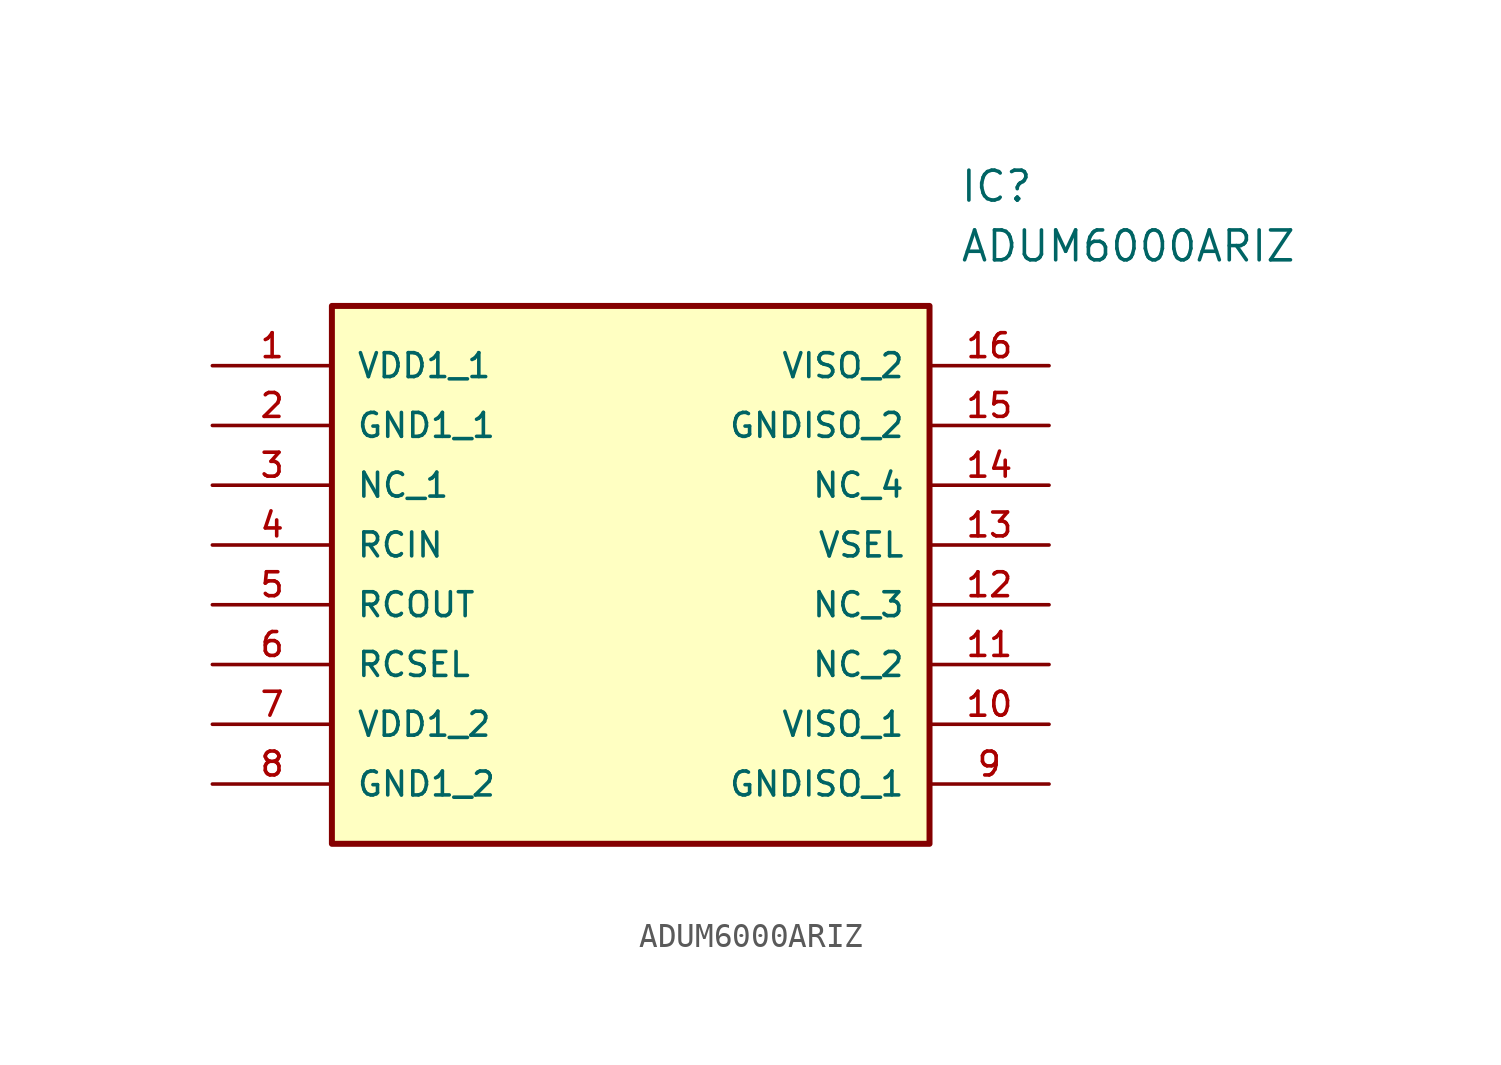
<source format=kicad_sym>
(kicad_symbol_lib
  (version 20211014)
  (generator kicad_symbol_editor)
  (symbol "ADUM6000ARIZ"
    (pin_names
      (offset 1.016))
    (property "Reference" "IC"
      (at 31.75 7.62 0)
      (effects (font (size 1.27 1.27)) (justify left)))
    (property "Value" "ADUM6000ARIZ"
      (at 31.75 5.08 0)
      (effects (font (size 1.27 1.27)) (justify left)))
    (symbol "ADUM6000ARIZ_0_0"
      (rectangle (start 5.08 -20.32) (end 30.48 2.54) (stroke (width 0.254)) (fill (type background)))
      (pin bidirectional line (at 0.0 0.0 0) (length 5.08) (name "VDD1_1" (effects (font (size 1.016 1.016)))) (number "1" (effects (font (size 1.016 1.016)))))
      (pin bidirectional line (at 0.0 -2.54 0) (length 5.08) (name "GND1_1" (effects (font (size 1.016 1.016)))) (number "2" (effects (font (size 1.016 1.016)))))
      (pin bidirectional line (at 0.0 -5.08 0) (length 5.08) (name "NC_1" (effects (font (size 1.016 1.016)))) (number "3" (effects (font (size 1.016 1.016)))))
      (pin bidirectional line (at 0.0 -7.62 0) (length 5.08) (name "RCIN" (effects (font (size 1.016 1.016)))) (number "4" (effects (font (size 1.016 1.016)))))
      (pin bidirectional line (at 0.0 -10.16 0) (length 5.08) (name "RCOUT" (effects (font (size 1.016 1.016)))) (number "5" (effects (font (size 1.016 1.016)))))
      (pin bidirectional line (at 0.0 -12.7 0) (length 5.08) (name "RCSEL" (effects (font (size 1.016 1.016)))) (number "6" (effects (font (size 1.016 1.016)))))
      (pin bidirectional line (at 0.0 -15.24 0) (length 5.08) (name "VDD1_2" (effects (font (size 1.016 1.016)))) (number "7" (effects (font (size 1.016 1.016)))))
      (pin bidirectional line (at 0.0 -17.78 0) (length 5.08) (name "GND1_2" (effects (font (size 1.016 1.016)))) (number "8" (effects (font (size 1.016 1.016)))))
      (pin bidirectional line (at 35.56 0.0 180.0) (length 5.08) (name "VISO_2" (effects (font (size 1.016 1.016)))) (number "16" (effects (font (size 1.016 1.016)))))
      (pin bidirectional line (at 35.56 -2.54 180.0) (length 5.08) (name "GNDISO_2" (effects (font (size 1.016 1.016)))) (number "15" (effects (font (size 1.016 1.016)))))
      (pin bidirectional line (at 35.56 -5.08 180.0) (length 5.08) (name "NC_4" (effects (font (size 1.016 1.016)))) (number "14" (effects (font (size 1.016 1.016)))))
      (pin bidirectional line (at 35.56 -7.62 180.0) (length 5.08) (name "VSEL" (effects (font (size 1.016 1.016)))) (number "13" (effects (font (size 1.016 1.016)))))
      (pin bidirectional line (at 35.56 -10.16 180.0) (length 5.08) (name "NC_3" (effects (font (size 1.016 1.016)))) (number "12" (effects (font (size 1.016 1.016)))))
      (pin bidirectional line (at 35.56 -12.7 180.0) (length 5.08) (name "NC_2" (effects (font (size 1.016 1.016)))) (number "11" (effects (font (size 1.016 1.016)))))
      (pin bidirectional line (at 35.56 -15.24 180.0) (length 5.08) (name "VISO_1" (effects (font (size 1.016 1.016)))) (number "10" (effects (font (size 1.016 1.016)))))
      (pin bidirectional line (at 35.56 -17.78 180.0) (length 5.08) (name "GNDISO_1" (effects (font (size 1.016 1.016)))) (number "9" (effects (font (size 1.016 1.016))))))))
</source>
